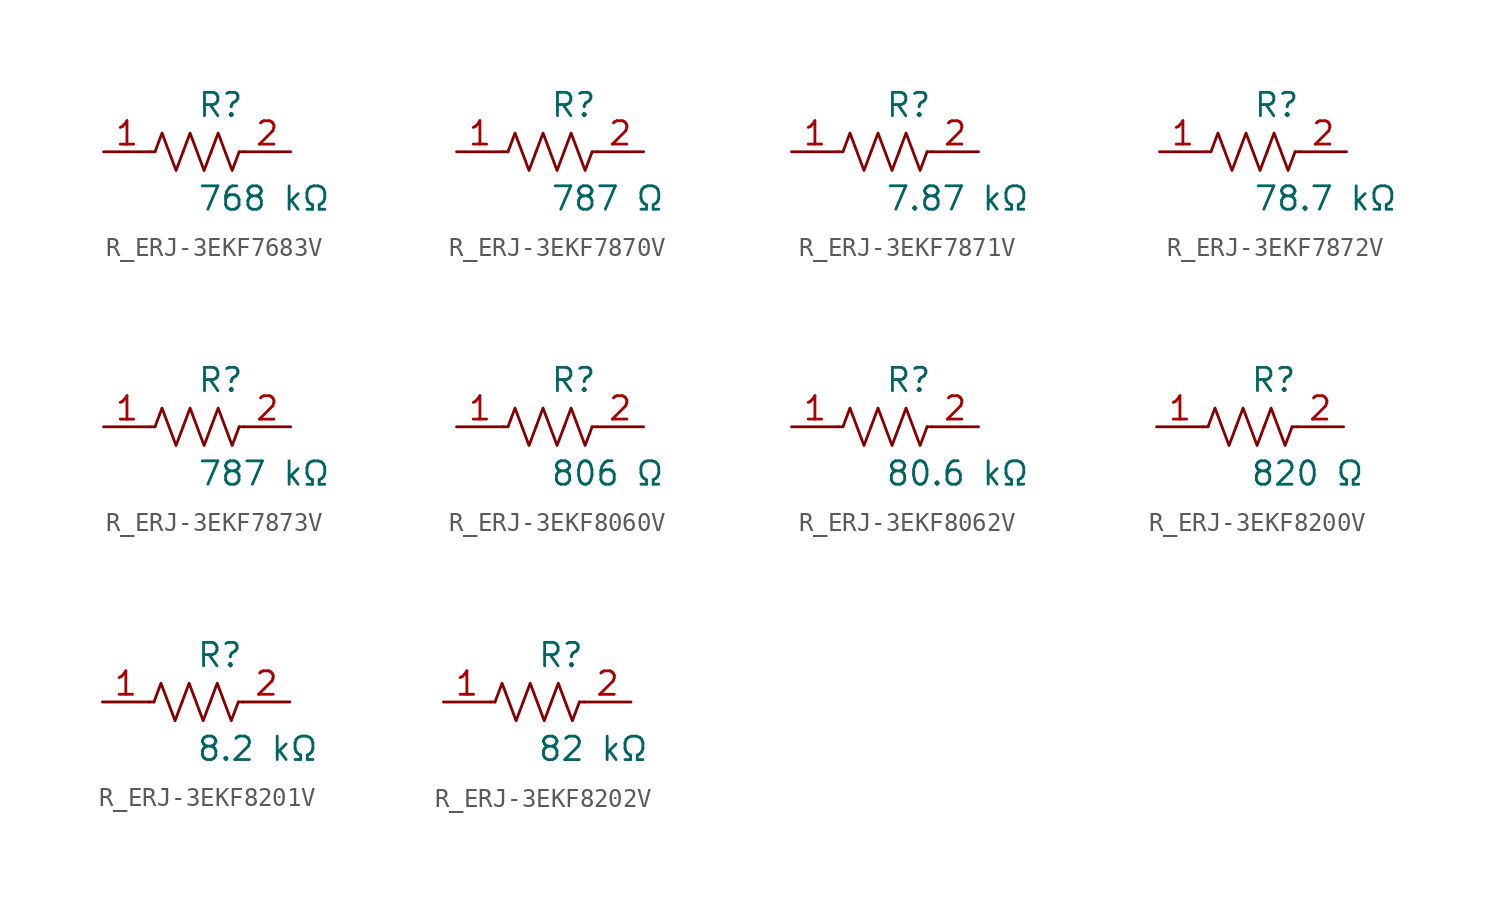
<source format=kicad_sym>
(kicad_symbol_lib
  (version 20231120)
  (generator kicad_symbol_editor)
  (generator_version 8.0)
  (symbol "R_ERJ-3EKF7683V"
    (pin_names
      (offset 0.254))
    (property "Reference" "R"
      (at 0.0 2.54 0)
      (effects (font (size 1.27 1.27)) (justify left)))
    (property "Value" "768 kΩ"
      (at 0.0 -2.54 0)
      (effects (font (size 1.27 1.27)) (justify left)))
    (symbol "R_ERJ-3EKF7683V_0_1"
      (polyline (pts (xy 2.286 0) (xy 2.54 0)) (stroke (width 0) (type default)) (fill (type none)))
      (polyline (pts (xy -2.286 0) (xy -2.54 0)) (stroke (width 0) (type default)) (fill (type none)))
      (polyline (pts (xy 0.762 0) (xy 1.143 1.016) (xy 1.524 0) (xy 1.905 -1.016) (xy 2.286 0)) (stroke (width 0) (type default)) (fill (type none)))
      (polyline (pts (xy -0.762 0) (xy -0.381 1.016) (xy 0 0) (xy 0.381 -1.016) (xy 0.762 0)) (stroke (width 0) (type default)) (fill (type none)))
      (polyline (pts (xy -2.286 0) (xy -1.905 1.016) (xy -1.524 0) (xy -1.143 -1.016) (xy -0.762 0)) (stroke (width 0) (type default)) (fill (type none))))
    (pin unspecified line
      (at -5.08 0 0)
      (length 2.54)
      (name "" (effects (font (size 1.27 1.27))))
      (number "1" (effects (font (size 1.27 1.27)))))
    (pin unspecified line
      (at 5.08 0 180)
      (length 2.54)
      (name "" (effects (font (size 1.27 1.27))))
      (number "2" (effects (font (size 1.27 1.27))))))
  (symbol "R_ERJ-3EKF7870V"
    (pin_names
      (offset 0.254))
    (property "Reference" "R"
      (at 0.0 2.54 0)
      (effects (font (size 1.27 1.27)) (justify left)))
    (property "Value" "787 Ω"
      (at 0.0 -2.54 0)
      (effects (font (size 1.27 1.27)) (justify left)))
    (symbol "R_ERJ-3EKF7870V_0_1"
      (polyline (pts (xy 2.286 0) (xy 2.54 0)) (stroke (width 0) (type default)) (fill (type none)))
      (polyline (pts (xy -2.286 0) (xy -2.54 0)) (stroke (width 0) (type default)) (fill (type none)))
      (polyline (pts (xy 0.762 0) (xy 1.143 1.016) (xy 1.524 0) (xy 1.905 -1.016) (xy 2.286 0)) (stroke (width 0) (type default)) (fill (type none)))
      (polyline (pts (xy -0.762 0) (xy -0.381 1.016) (xy 0 0) (xy 0.381 -1.016) (xy 0.762 0)) (stroke (width 0) (type default)) (fill (type none)))
      (polyline (pts (xy -2.286 0) (xy -1.905 1.016) (xy -1.524 0) (xy -1.143 -1.016) (xy -0.762 0)) (stroke (width 0) (type default)) (fill (type none))))
    (pin unspecified line
      (at -5.08 0 0)
      (length 2.54)
      (name "" (effects (font (size 1.27 1.27))))
      (number "1" (effects (font (size 1.27 1.27)))))
    (pin unspecified line
      (at 5.08 0 180)
      (length 2.54)
      (name "" (effects (font (size 1.27 1.27))))
      (number "2" (effects (font (size 1.27 1.27))))))
  (symbol "R_ERJ-3EKF7871V"
    (pin_names
      (offset 0.254))
    (property "Reference" "R"
      (at 0.0 2.54 0)
      (effects (font (size 1.27 1.27)) (justify left)))
    (property "Value" "7.87 kΩ"
      (at 0.0 -2.54 0)
      (effects (font (size 1.27 1.27)) (justify left)))
    (symbol "R_ERJ-3EKF7871V_0_1"
      (polyline (pts (xy 2.286 0) (xy 2.54 0)) (stroke (width 0) (type default)) (fill (type none)))
      (polyline (pts (xy -2.286 0) (xy -2.54 0)) (stroke (width 0) (type default)) (fill (type none)))
      (polyline (pts (xy 0.762 0) (xy 1.143 1.016) (xy 1.524 0) (xy 1.905 -1.016) (xy 2.286 0)) (stroke (width 0) (type default)) (fill (type none)))
      (polyline (pts (xy -0.762 0) (xy -0.381 1.016) (xy 0 0) (xy 0.381 -1.016) (xy 0.762 0)) (stroke (width 0) (type default)) (fill (type none)))
      (polyline (pts (xy -2.286 0) (xy -1.905 1.016) (xy -1.524 0) (xy -1.143 -1.016) (xy -0.762 0)) (stroke (width 0) (type default)) (fill (type none))))
    (pin unspecified line
      (at -5.08 0 0)
      (length 2.54)
      (name "" (effects (font (size 1.27 1.27))))
      (number "1" (effects (font (size 1.27 1.27)))))
    (pin unspecified line
      (at 5.08 0 180)
      (length 2.54)
      (name "" (effects (font (size 1.27 1.27))))
      (number "2" (effects (font (size 1.27 1.27))))))
  (symbol "R_ERJ-3EKF7872V"
    (pin_names
      (offset 0.254))
    (property "Reference" "R"
      (at 0.0 2.54 0)
      (effects (font (size 1.27 1.27)) (justify left)))
    (property "Value" "78.7 kΩ"
      (at 0.0 -2.54 0)
      (effects (font (size 1.27 1.27)) (justify left)))
    (symbol "R_ERJ-3EKF7872V_0_1"
      (polyline (pts (xy 2.286 0) (xy 2.54 0)) (stroke (width 0) (type default)) (fill (type none)))
      (polyline (pts (xy -2.286 0) (xy -2.54 0)) (stroke (width 0) (type default)) (fill (type none)))
      (polyline (pts (xy 0.762 0) (xy 1.143 1.016) (xy 1.524 0) (xy 1.905 -1.016) (xy 2.286 0)) (stroke (width 0) (type default)) (fill (type none)))
      (polyline (pts (xy -0.762 0) (xy -0.381 1.016) (xy 0 0) (xy 0.381 -1.016) (xy 0.762 0)) (stroke (width 0) (type default)) (fill (type none)))
      (polyline (pts (xy -2.286 0) (xy -1.905 1.016) (xy -1.524 0) (xy -1.143 -1.016) (xy -0.762 0)) (stroke (width 0) (type default)) (fill (type none))))
    (pin unspecified line
      (at -5.08 0 0)
      (length 2.54)
      (name "" (effects (font (size 1.27 1.27))))
      (number "1" (effects (font (size 1.27 1.27)))))
    (pin unspecified line
      (at 5.08 0 180)
      (length 2.54)
      (name "" (effects (font (size 1.27 1.27))))
      (number "2" (effects (font (size 1.27 1.27))))))
  (symbol "R_ERJ-3EKF7873V"
    (pin_names
      (offset 0.254))
    (property "Reference" "R"
      (at 0.0 2.54 0)
      (effects (font (size 1.27 1.27)) (justify left)))
    (property "Value" "787 kΩ"
      (at 0.0 -2.54 0)
      (effects (font (size 1.27 1.27)) (justify left)))
    (symbol "R_ERJ-3EKF7873V_0_1"
      (polyline (pts (xy 2.286 0) (xy 2.54 0)) (stroke (width 0) (type default)) (fill (type none)))
      (polyline (pts (xy -2.286 0) (xy -2.54 0)) (stroke (width 0) (type default)) (fill (type none)))
      (polyline (pts (xy 0.762 0) (xy 1.143 1.016) (xy 1.524 0) (xy 1.905 -1.016) (xy 2.286 0)) (stroke (width 0) (type default)) (fill (type none)))
      (polyline (pts (xy -0.762 0) (xy -0.381 1.016) (xy 0 0) (xy 0.381 -1.016) (xy 0.762 0)) (stroke (width 0) (type default)) (fill (type none)))
      (polyline (pts (xy -2.286 0) (xy -1.905 1.016) (xy -1.524 0) (xy -1.143 -1.016) (xy -0.762 0)) (stroke (width 0) (type default)) (fill (type none))))
    (pin unspecified line
      (at -5.08 0 0)
      (length 2.54)
      (name "" (effects (font (size 1.27 1.27))))
      (number "1" (effects (font (size 1.27 1.27)))))
    (pin unspecified line
      (at 5.08 0 180)
      (length 2.54)
      (name "" (effects (font (size 1.27 1.27))))
      (number "2" (effects (font (size 1.27 1.27))))))
  (symbol "R_ERJ-3EKF8060V"
    (pin_names
      (offset 0.254))
    (property "Reference" "R"
      (at 0.0 2.54 0)
      (effects (font (size 1.27 1.27)) (justify left)))
    (property "Value" "806 Ω"
      (at 0.0 -2.54 0)
      (effects (font (size 1.27 1.27)) (justify left)))
    (symbol "R_ERJ-3EKF8060V_0_1"
      (polyline (pts (xy 2.286 0) (xy 2.54 0)) (stroke (width 0) (type default)) (fill (type none)))
      (polyline (pts (xy -2.286 0) (xy -2.54 0)) (stroke (width 0) (type default)) (fill (type none)))
      (polyline (pts (xy 0.762 0) (xy 1.143 1.016) (xy 1.524 0) (xy 1.905 -1.016) (xy 2.286 0)) (stroke (width 0) (type default)) (fill (type none)))
      (polyline (pts (xy -0.762 0) (xy -0.381 1.016) (xy 0 0) (xy 0.381 -1.016) (xy 0.762 0)) (stroke (width 0) (type default)) (fill (type none)))
      (polyline (pts (xy -2.286 0) (xy -1.905 1.016) (xy -1.524 0) (xy -1.143 -1.016) (xy -0.762 0)) (stroke (width 0) (type default)) (fill (type none))))
    (pin unspecified line
      (at -5.08 0 0)
      (length 2.54)
      (name "" (effects (font (size 1.27 1.27))))
      (number "1" (effects (font (size 1.27 1.27)))))
    (pin unspecified line
      (at 5.08 0 180)
      (length 2.54)
      (name "" (effects (font (size 1.27 1.27))))
      (number "2" (effects (font (size 1.27 1.27))))))
  (symbol "R_ERJ-3EKF8062V"
    (pin_names
      (offset 0.254))
    (property "Reference" "R"
      (at 0.0 2.54 0)
      (effects (font (size 1.27 1.27)) (justify left)))
    (property "Value" "80.6 kΩ"
      (at 0.0 -2.54 0)
      (effects (font (size 1.27 1.27)) (justify left)))
    (symbol "R_ERJ-3EKF8062V_0_1"
      (polyline (pts (xy 2.286 0) (xy 2.54 0)) (stroke (width 0) (type default)) (fill (type none)))
      (polyline (pts (xy -2.286 0) (xy -2.54 0)) (stroke (width 0) (type default)) (fill (type none)))
      (polyline (pts (xy 0.762 0) (xy 1.143 1.016) (xy 1.524 0) (xy 1.905 -1.016) (xy 2.286 0)) (stroke (width 0) (type default)) (fill (type none)))
      (polyline (pts (xy -0.762 0) (xy -0.381 1.016) (xy 0 0) (xy 0.381 -1.016) (xy 0.762 0)) (stroke (width 0) (type default)) (fill (type none)))
      (polyline (pts (xy -2.286 0) (xy -1.905 1.016) (xy -1.524 0) (xy -1.143 -1.016) (xy -0.762 0)) (stroke (width 0) (type default)) (fill (type none))))
    (pin unspecified line
      (at -5.08 0 0)
      (length 2.54)
      (name "" (effects (font (size 1.27 1.27))))
      (number "1" (effects (font (size 1.27 1.27)))))
    (pin unspecified line
      (at 5.08 0 180)
      (length 2.54)
      (name "" (effects (font (size 1.27 1.27))))
      (number "2" (effects (font (size 1.27 1.27))))))
  (symbol "R_ERJ-3EKF8200V"
    (pin_names
      (offset 0.254))
    (property "Reference" "R"
      (at 0.0 2.54 0)
      (effects (font (size 1.27 1.27)) (justify left)))
    (property "Value" "820 Ω"
      (at 0.0 -2.54 0)
      (effects (font (size 1.27 1.27)) (justify left)))
    (symbol "R_ERJ-3EKF8200V_0_1"
      (polyline (pts (xy 2.286 0) (xy 2.54 0)) (stroke (width 0) (type default)) (fill (type none)))
      (polyline (pts (xy -2.286 0) (xy -2.54 0)) (stroke (width 0) (type default)) (fill (type none)))
      (polyline (pts (xy 0.762 0) (xy 1.143 1.016) (xy 1.524 0) (xy 1.905 -1.016) (xy 2.286 0)) (stroke (width 0) (type default)) (fill (type none)))
      (polyline (pts (xy -0.762 0) (xy -0.381 1.016) (xy 0 0) (xy 0.381 -1.016) (xy 0.762 0)) (stroke (width 0) (type default)) (fill (type none)))
      (polyline (pts (xy -2.286 0) (xy -1.905 1.016) (xy -1.524 0) (xy -1.143 -1.016) (xy -0.762 0)) (stroke (width 0) (type default)) (fill (type none))))
    (pin unspecified line
      (at -5.08 0 0)
      (length 2.54)
      (name "" (effects (font (size 1.27 1.27))))
      (number "1" (effects (font (size 1.27 1.27)))))
    (pin unspecified line
      (at 5.08 0 180)
      (length 2.54)
      (name "" (effects (font (size 1.27 1.27))))
      (number "2" (effects (font (size 1.27 1.27))))))
  (symbol "R_ERJ-3EKF8201V"
    (pin_names
      (offset 0.254))
    (property "Reference" "R"
      (at 0.0 2.54 0)
      (effects (font (size 1.27 1.27)) (justify left)))
    (property "Value" "8.2 kΩ"
      (at 0.0 -2.54 0)
      (effects (font (size 1.27 1.27)) (justify left)))
    (symbol "R_ERJ-3EKF8201V_0_1"
      (polyline (pts (xy 2.286 0) (xy 2.54 0)) (stroke (width 0) (type default)) (fill (type none)))
      (polyline (pts (xy -2.286 0) (xy -2.54 0)) (stroke (width 0) (type default)) (fill (type none)))
      (polyline (pts (xy 0.762 0) (xy 1.143 1.016) (xy 1.524 0) (xy 1.905 -1.016) (xy 2.286 0)) (stroke (width 0) (type default)) (fill (type none)))
      (polyline (pts (xy -0.762 0) (xy -0.381 1.016) (xy 0 0) (xy 0.381 -1.016) (xy 0.762 0)) (stroke (width 0) (type default)) (fill (type none)))
      (polyline (pts (xy -2.286 0) (xy -1.905 1.016) (xy -1.524 0) (xy -1.143 -1.016) (xy -0.762 0)) (stroke (width 0) (type default)) (fill (type none))))
    (pin unspecified line
      (at -5.08 0 0)
      (length 2.54)
      (name "" (effects (font (size 1.27 1.27))))
      (number "1" (effects (font (size 1.27 1.27)))))
    (pin unspecified line
      (at 5.08 0 180)
      (length 2.54)
      (name "" (effects (font (size 1.27 1.27))))
      (number "2" (effects (font (size 1.27 1.27))))))
  (symbol "R_ERJ-3EKF8202V"
    (pin_names
      (offset 0.254))
    (property "Reference" "R"
      (at 0.0 2.54 0)
      (effects (font (size 1.27 1.27)) (justify left)))
    (property "Value" "82 kΩ"
      (at 0.0 -2.54 0)
      (effects (font (size 1.27 1.27)) (justify left)))
    (symbol "R_ERJ-3EKF8202V_0_1"
      (polyline (pts (xy 2.286 0) (xy 2.54 0)) (stroke (width 0) (type default)) (fill (type none)))
      (polyline (pts (xy -2.286 0) (xy -2.54 0)) (stroke (width 0) (type default)) (fill (type none)))
      (polyline (pts (xy 0.762 0) (xy 1.143 1.016) (xy 1.524 0) (xy 1.905 -1.016) (xy 2.286 0)) (stroke (width 0) (type default)) (fill (type none)))
      (polyline (pts (xy -0.762 0) (xy -0.381 1.016) (xy 0 0) (xy 0.381 -1.016) (xy 0.762 0)) (stroke (width 0) (type default)) (fill (type none)))
      (polyline (pts (xy -2.286 0) (xy -1.905 1.016) (xy -1.524 0) (xy -1.143 -1.016) (xy -0.762 0)) (stroke (width 0) (type default)) (fill (type none))))
    (pin unspecified line
      (at -5.08 0 0)
      (length 2.54)
      (name "" (effects (font (size 1.27 1.27))))
      (number "1" (effects (font (size 1.27 1.27)))))
    (pin unspecified line
      (at 5.08 0 180)
      (length 2.54)
      (name "" (effects (font (size 1.27 1.27))))
      (number "2" (effects (font (size 1.27 1.27)))))))
</source>
